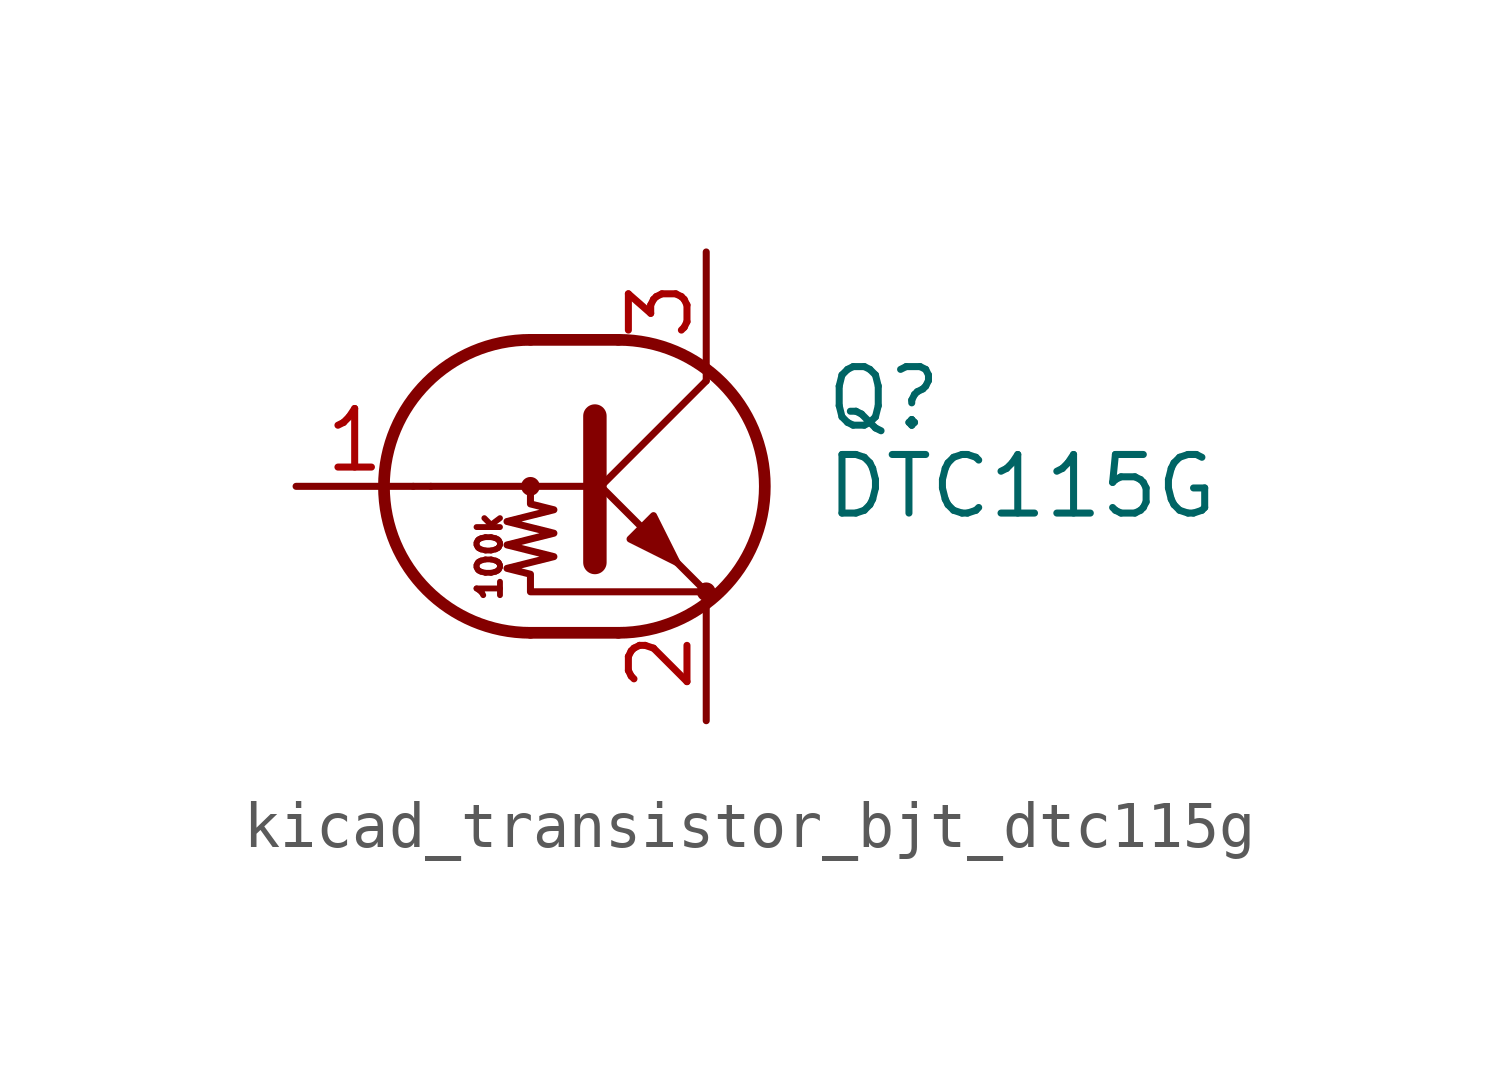
<source format=kicad_sym>
(kicad_symbol_lib
  (version 20220914)
  (generator kicad_symbol_editor)
  (symbol "kicad_transistor_bjt_dtc115g"
    (pin_names
      (offset 0) hide)
    (property "Reference" "Q"
      (at 5.08 1.905 0)
      (effects (font (size 1.27 1.27)) (justify left)))
    (property "Value" "DTC115G"
      (at 5.08 0 0)
      (effects (font (size 1.27 1.27)) (justify left)))
    (symbol "kicad_transistor_bjt_dtc115g_0_0"
      (polyline (pts (xy -3.429 0) (xy 0 0)) (stroke (width 0) (type default)) (fill (type none)))
      (text "100k" (at -2.159 -1.524 900) (effects (font (size 0.508 0.508)))))
    (symbol "kicad_transistor_bjt_dtc115g_0_1"
      (circle (center -1.27 0) (radius 0.127) (stroke (width 0) (type default)) (fill (type none)))
      (arc (start -1.27 3.175) (mid -4.4312 0) (end -1.27 -3.175) (stroke (width 0.254) (type default)) (fill (type none)))
      (polyline (pts (xy -3.429 0) (xy -3.81 0)) (stroke (width 0) (type default)) (fill (type none)))
      (polyline (pts (xy -1.27 -3.175) (xy 0.635 -3.175)) (stroke (width 0.254) (type default)) (fill (type none)))
      (polyline (pts (xy -1.27 3.175) (xy 0.635 3.175)) (stroke (width 0.254) (type default)) (fill (type none)))
      (polyline (pts (xy 0 -0.254) (xy 2.54 2.286)) (stroke (width 0) (type default)) (fill (type none)))
      (polyline (pts (xy 0.127 1.524) (xy 0.127 -1.651)) (stroke (width 0.508) (type default)) (fill (type outline)))
      (polyline (pts (xy 2.54 2.286) (xy 2.54 2.54)) (stroke (width 0) (type default)) (fill (type none)))
      (polyline (pts (xy 2.54 -2.286) (xy 0 0.254) (xy 0 0.254)) (stroke (width 0) (type default)) (fill (type none)))
      (polyline (pts (xy 0.889 -1.143) (xy 1.397 -0.635) (xy 1.905 -1.651) (xy 0.889 -1.143)) (stroke (width 0) (type default)) (fill (type outline)))
      (polyline (pts (xy -1.27 0) (xy -1.27 -0.381) (xy -0.762 -0.508) (xy -1.778 -0.762) (xy -0.762 -1.016) (xy -1.778 -1.27) (xy -0.762 -1.524) (xy -1.778 -1.778) (xy -1.27 -1.905) (xy -1.27 -2.286) (xy 2.54 -2.286)) (stroke (width 0) (type default)) (fill (type none)))
      (arc (start 0.635 -3.175) (mid 3.7962 0) (end 0.635 3.175) (stroke (width 0.254) (type default)) (fill (type none)))
      (circle (center 2.54 -2.286) (radius 0.127) (stroke (width 0) (type default)) (fill (type none))))
    (symbol "kicad_transistor_bjt_dtc115g_1_1"
      (pin input line (at -6.35 0 0) (length 2.54) (name "B" (effects (font (size 1.27 1.27)))) (number "1" (effects (font (size 1.27 1.27)))))
      (pin passive line (at 2.54 -5.08 90) (length 2.54) (name "E" (effects (font (size 1.27 1.27)))) (number "2" (effects (font (size 1.27 1.27)))))
      (pin passive line (at 2.54 5.08 270) (length 2.54) (name "C" (effects (font (size 1.27 1.27)))) (number "3" (effects (font (size 1.27 1.27))))))))
</source>
